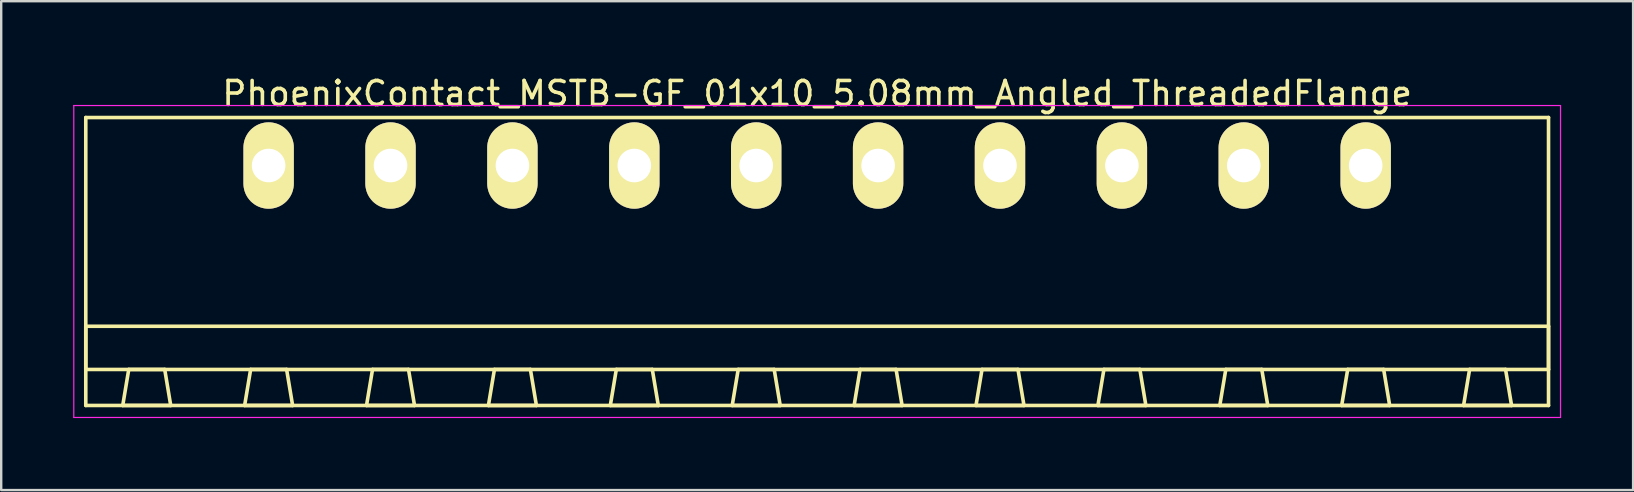
<source format=kicad_pcb>
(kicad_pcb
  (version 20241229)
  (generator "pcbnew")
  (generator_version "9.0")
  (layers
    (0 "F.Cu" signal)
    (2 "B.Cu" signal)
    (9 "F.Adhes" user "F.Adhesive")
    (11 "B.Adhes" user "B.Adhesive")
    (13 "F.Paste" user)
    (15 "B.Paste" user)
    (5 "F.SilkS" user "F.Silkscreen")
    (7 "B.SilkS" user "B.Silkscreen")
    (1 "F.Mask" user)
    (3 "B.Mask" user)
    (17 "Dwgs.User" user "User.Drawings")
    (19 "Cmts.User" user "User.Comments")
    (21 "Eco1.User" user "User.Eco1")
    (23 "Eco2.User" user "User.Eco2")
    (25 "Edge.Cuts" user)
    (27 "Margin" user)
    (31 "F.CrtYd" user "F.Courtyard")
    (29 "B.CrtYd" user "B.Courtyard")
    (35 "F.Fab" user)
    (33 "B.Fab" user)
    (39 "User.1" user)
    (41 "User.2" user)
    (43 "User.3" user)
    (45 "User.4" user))
  (footprint "PhoenixContact_MSTB-GF_01x10_5.08mm_Angled_ThreadedFlange"
    (layer "F.Cu")
    (at 8.145 3.848)
    (property "Reference" "PhoenixContact_MSTB-GF_01x10_5.08mm_Angled_ThreadedFlange" (at 22.86 -3 0) (layer "F.SilkS") (effects (font (size 1 1) (thickness 0.15))))
    (attr through_hole)
    (fp_line (start -7.62 -2) (end -7.62 10) (stroke (width 0.15) (type solid)) (layer "F.SilkS"))
    (fp_line (start -7.62 6.7) (end 53.34 6.7) (stroke (width 0.15) (type solid)) (layer "F.SilkS"))
    (fp_line (start -7.62 8.5) (end -7.62 6.7) (stroke (width 0.15) (type solid)) (layer "F.SilkS"))
    (fp_line (start -7.62 10) (end 53.34 10) (stroke (width 0.15) (type solid)) (layer "F.SilkS"))
    (fp_line (start -6.08 10) (end -4.08 10) (stroke (width 0.15) (type solid)) (layer "F.SilkS"))
    (fp_line (start -5.83 8.5) (end -6.08 10) (stroke (width 0.15) (type solid)) (layer "F.SilkS"))
    (fp_line (start -4.33 8.5) (end -5.83 8.5) (stroke (width 0.15) (type solid)) (layer "F.SilkS"))
    (fp_line (start -4.08 10) (end -4.33 8.5) (stroke (width 0.15) (type solid)) (layer "F.SilkS"))
    (fp_line (start -1 10) (end 1 10) (stroke (width 0.15) (type solid)) (layer "F.SilkS"))
    (fp_line (start -0.75 8.5) (end -1 10) (stroke (width 0.15) (type solid)) (layer "F.SilkS"))
    (fp_line (start 0.75 8.5) (end -0.75 8.5) (stroke (width 0.15) (type solid)) (layer "F.SilkS"))
    (fp_line (start 1 10) (end 0.75 8.5) (stroke (width 0.15) (type solid)) (layer "F.SilkS"))
    (fp_line (start 4.08 10) (end 6.08 10) (stroke (width 0.15) (type solid)) (layer "F.SilkS"))
    (fp_line (start 4.33 8.5) (end 4.08 10) (stroke (width 0.15) (type solid)) (layer "F.SilkS"))
    (fp_line (start 5.83 8.5) (end 4.33 8.5) (stroke (width 0.15) (type solid)) (layer "F.SilkS"))
    (fp_line (start 6.08 10) (end 5.83 8.5) (stroke (width 0.15) (type solid)) (layer "F.SilkS"))
    (fp_line (start 9.16 10) (end 11.16 10) (stroke (width 0.15) (type solid)) (layer "F.SilkS"))
    (fp_line (start 9.41 8.5) (end 9.16 10) (stroke (width 0.15) (type solid)) (layer "F.SilkS"))
    (fp_line (start 10.91 8.5) (end 9.41 8.5) (stroke (width 0.15) (type solid)) (layer "F.SilkS"))
    (fp_line (start 11.16 10) (end 10.91 8.5) (stroke (width 0.15) (type solid)) (layer "F.SilkS"))
    (fp_line (start 14.24 10) (end 16.24 10) (stroke (width 0.15) (type solid)) (layer "F.SilkS"))
    (fp_line (start 14.49 8.5) (end 14.24 10) (stroke (width 0.15) (type solid)) (layer "F.SilkS"))
    (fp_line (start 15.99 8.5) (end 14.49 8.5) (stroke (width 0.15) (type solid)) (layer "F.SilkS"))
    (fp_line (start 16.24 10) (end 15.99 8.5) (stroke (width 0.15) (type solid)) (layer "F.SilkS"))
    (fp_line (start 19.32 10) (end 21.32 10) (stroke (width 0.15) (type solid)) (layer "F.SilkS"))
    (fp_line (start 19.57 8.5) (end 19.32 10) (stroke (width 0.15) (type solid)) (layer "F.SilkS"))
    (fp_line (start 21.07 8.5) (end 19.57 8.5) (stroke (width 0.15) (type solid)) (layer "F.SilkS"))
    (fp_line (start 21.32 10) (end 21.07 8.5) (stroke (width 0.15) (type solid)) (layer "F.SilkS"))
    (fp_line (start 24.4 10) (end 26.4 10) (stroke (width 0.15) (type solid)) (layer "F.SilkS"))
    (fp_line (start 24.65 8.5) (end 24.4 10) (stroke (width 0.15) (type solid)) (layer "F.SilkS"))
    (fp_line (start 26.15 8.5) (end 24.65 8.5) (stroke (width 0.15) (type solid)) (layer "F.SilkS"))
    (fp_line (start 26.4 10) (end 26.15 8.5) (stroke (width 0.15) (type solid)) (layer "F.SilkS"))
    (fp_line (start 29.48 10) (end 31.48 10) (stroke (width 0.15) (type solid)) (layer "F.SilkS"))
    (fp_line (start 29.73 8.5) (end 29.48 10) (stroke (width 0.15) (type solid)) (layer "F.SilkS"))
    (fp_line (start 31.23 8.5) (end 29.73 8.5) (stroke (width 0.15) (type solid)) (layer "F.SilkS"))
    (fp_line (start 31.48 10) (end 31.23 8.5) (stroke (width 0.15) (type solid)) (layer "F.SilkS"))
    (fp_line (start 34.56 10) (end 36.56 10) (stroke (width 0.15) (type solid)) (layer "F.SilkS"))
    (fp_line (start 34.81 8.5) (end 34.56 10) (stroke (width 0.15) (type solid)) (layer "F.SilkS"))
    (fp_line (start 36.31 8.5) (end 34.81 8.5) (stroke (width 0.15) (type solid)) (layer "F.SilkS"))
    (fp_line (start 36.56 10) (end 36.31 8.5) (stroke (width 0.15) (type solid)) (layer "F.SilkS"))
    (fp_line (start 39.64 10) (end 41.64 10) (stroke (width 0.15) (type solid)) (layer "F.SilkS"))
    (fp_line (start 39.89 8.5) (end 39.64 10) (stroke (width 0.15) (type solid)) (layer "F.SilkS"))
    (fp_line (start 41.39 8.5) (end 39.89 8.5) (stroke (width 0.15) (type solid)) (layer "F.SilkS"))
    (fp_line (start 41.64 10) (end 41.39 8.5) (stroke (width 0.15) (type solid)) (layer "F.SilkS"))
    (fp_line (start 44.72 10) (end 46.72 10) (stroke (width 0.15) (type solid)) (layer "F.SilkS"))
    (fp_line (start 44.97 8.5) (end 44.72 10) (stroke (width 0.15) (type solid)) (layer "F.SilkS"))
    (fp_line (start 46.47 8.5) (end 44.97 8.5) (stroke (width 0.15) (type solid)) (layer "F.SilkS"))
    (fp_line (start 46.72 10) (end 46.47 8.5) (stroke (width 0.15) (type solid)) (layer "F.SilkS"))
    (fp_line (start 49.8 10) (end 51.8 10) (stroke (width 0.15) (type solid)) (layer "F.SilkS"))
    (fp_line (start 50.05 8.5) (end 49.8 10) (stroke (width 0.15) (type solid)) (layer "F.SilkS"))
    (fp_line (start 51.55 8.5) (end 50.05 8.5) (stroke (width 0.15) (type solid)) (layer "F.SilkS"))
    (fp_line (start 51.8 10) (end 51.55 8.5) (stroke (width 0.15) (type solid)) (layer "F.SilkS"))
    (fp_line (start 53.34 -2) (end -7.62 -2) (stroke (width 0.15) (type solid)) (layer "F.SilkS"))
    (fp_line (start 53.34 6.7) (end 53.34 8.5) (stroke (width 0.15) (type solid)) (layer "F.SilkS"))
    (fp_line (start 53.34 8.5) (end -7.62 8.5) (stroke (width 0.15) (type solid)) (layer "F.SilkS"))
    (fp_line (start 53.34 10) (end 53.34 -2) (stroke (width 0.15) (type solid)) (layer "F.SilkS"))
    (fp_line (start -8.12 -2.5) (end -8.12 10.5) (stroke (width 0.05) (type solid)) (layer "F.CrtYd"))
    (fp_line (start -8.12 10.5) (end 53.84 10.5) (stroke (width 0.05) (type solid)) (layer "F.CrtYd"))
    (fp_line (start 53.84 -2.5) (end -8.12 -2.5) (stroke (width 0.05) (type solid)) (layer "F.CrtYd"))
    (fp_line (start 53.84 10.5) (end 53.84 -2.5) (stroke (width 0.05) (type solid)) (layer "F.CrtYd"))
    (pad "1" thru_hole oval (at 0 0) (size 2.1 3.6) (drill 1.4) (layers "*.Cu" "*.Mask" "F.SilkS"))
    (pad "2" thru_hole oval (at 5.08 0) (size 2.1 3.6) (drill 1.4) (layers "*.Cu" "*.Mask" "F.SilkS"))
    (pad "3" thru_hole oval (at 10.16 0) (size 2.1 3.6) (drill 1.4) (layers "*.Cu" "*.Mask" "F.SilkS"))
    (pad "4" thru_hole oval (at 15.24 0) (size 2.1 3.6) (drill 1.4) (layers "*.Cu" "*.Mask" "F.SilkS"))
    (pad "5" thru_hole oval (at 20.32 0) (size 2.1 3.6) (drill 1.4) (layers "*.Cu" "*.Mask" "F.SilkS"))
    (pad "6" thru_hole oval (at 25.4 0) (size 2.1 3.6) (drill 1.4) (layers "*.Cu" "*.Mask" "F.SilkS"))
    (pad "7" thru_hole oval (at 30.48 0) (size 2.1 3.6) (drill 1.4) (layers "*.Cu" "*.Mask" "F.SilkS"))
    (pad "8" thru_hole oval (at 35.56 0) (size 2.1 3.6) (drill 1.4) (layers "*.Cu" "*.Mask" "F.SilkS"))
    (pad "9" thru_hole oval (at 40.64 0) (size 2.1 3.6) (drill 1.4) (layers "*.Cu" "*.Mask" "F.SilkS"))
    (pad "10" thru_hole oval (at 45.72 0) (size 2.1 3.6) (drill 1.4) (layers "*.Cu" "*.Mask" "F.SilkS")))
  (gr_rect
    (start -3 -3)
    (end 65.01 17.373)
    (stroke (width 0.1) (type default))
    (fill no)
    (layer "Edge.Cuts")))
</source>
